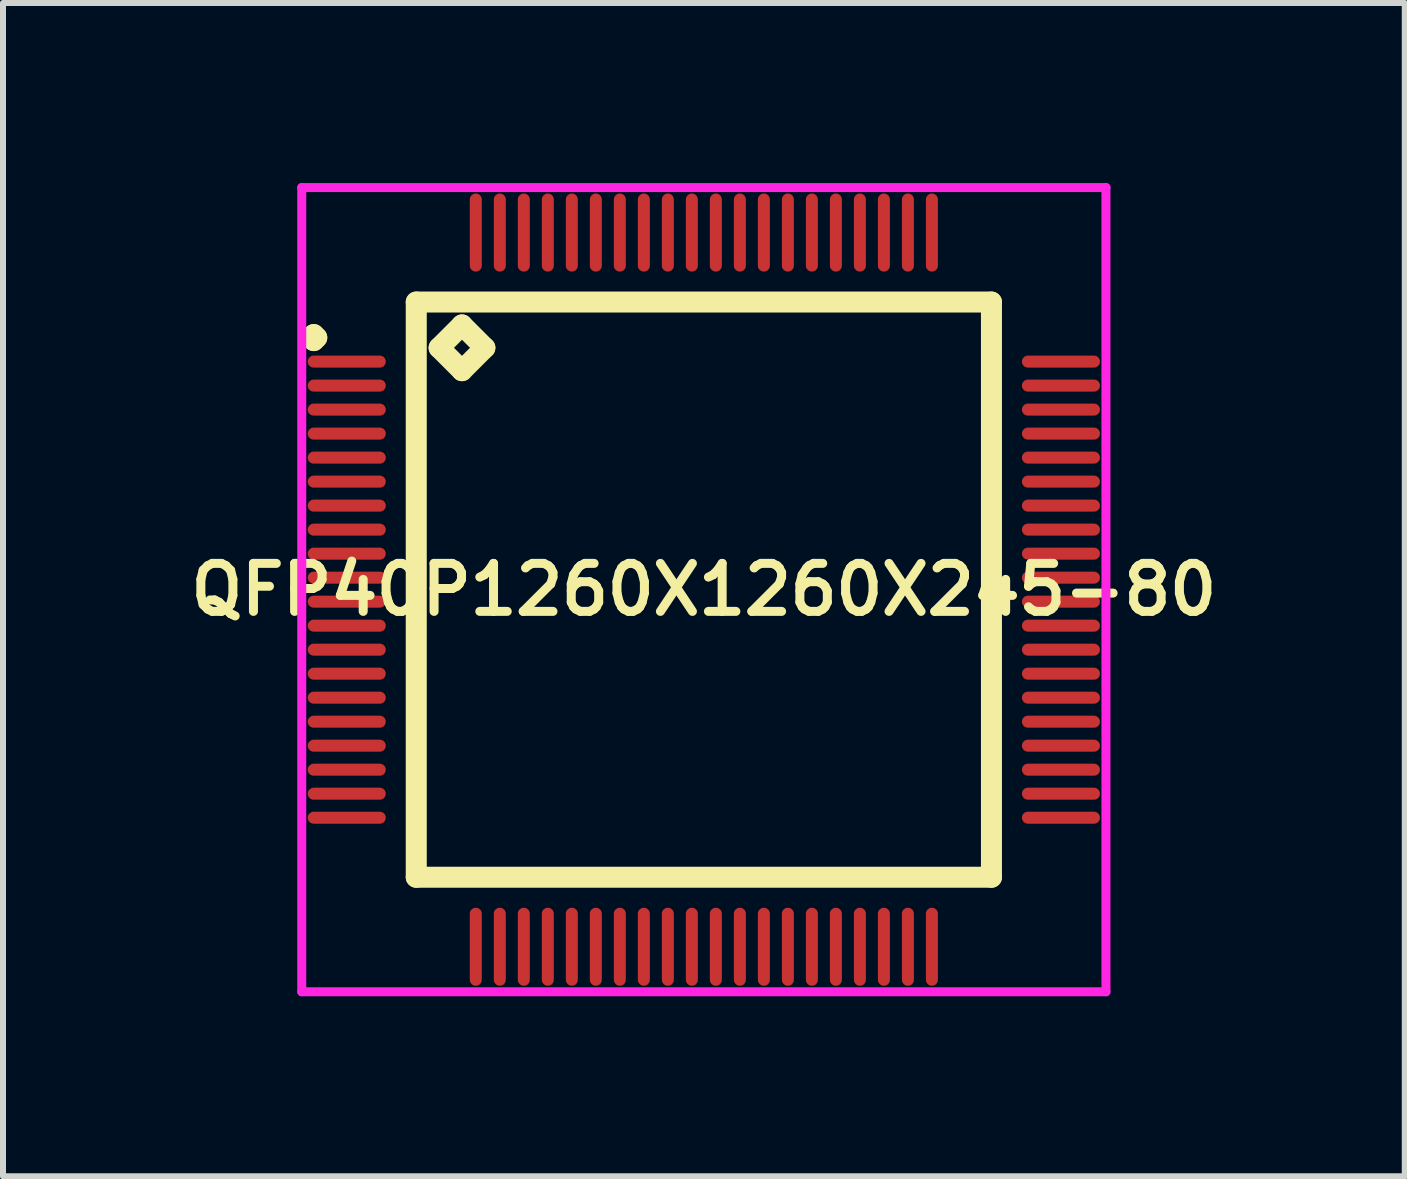
<source format=kicad_pcb>
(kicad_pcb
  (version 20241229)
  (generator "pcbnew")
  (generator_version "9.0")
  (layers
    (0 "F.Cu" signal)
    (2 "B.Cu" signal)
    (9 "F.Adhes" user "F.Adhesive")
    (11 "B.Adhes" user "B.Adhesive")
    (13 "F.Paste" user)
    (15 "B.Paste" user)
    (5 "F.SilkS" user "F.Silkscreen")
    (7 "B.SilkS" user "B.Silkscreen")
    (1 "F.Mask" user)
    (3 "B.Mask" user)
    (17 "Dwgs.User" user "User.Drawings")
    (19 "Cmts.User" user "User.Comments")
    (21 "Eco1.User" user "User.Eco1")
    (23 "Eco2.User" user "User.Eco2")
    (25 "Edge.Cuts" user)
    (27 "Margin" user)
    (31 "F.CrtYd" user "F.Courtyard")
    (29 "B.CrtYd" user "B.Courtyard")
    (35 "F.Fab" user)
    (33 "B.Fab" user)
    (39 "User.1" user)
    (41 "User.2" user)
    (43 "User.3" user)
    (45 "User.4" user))
  (footprint "QFP40P1260X1260X245-80"
    (layer "F.Cu")
    (at 8.678 6.775)
    (property "Reference" "QFP40P1260X1260X245-80" (at 0 0 0) (layer "F.SilkS") (effects (font (size 0.8 0.8) (thickness 0.15))))
    (attr smd)
    (fp_line (start -6.55 -4.2) (end -6.5 -4.25) (stroke (width 0.35) (type solid)) (layer "F.SilkS"))
    (fp_line (start -6.5 -4.25) (end -6.45 -4.2) (stroke (width 0.35) (type solid)) (layer "F.SilkS"))
    (fp_line (start -6.5 -4.15) (end -6.55 -4.2) (stroke (width 0.35) (type solid)) (layer "F.SilkS"))
    (fp_line (start -6.45 -4.2) (end -6.5 -4.15) (stroke (width 0.35) (type solid)) (layer "F.SilkS"))
    (fp_line (start -4.792 -4.792) (end -4.792 4.792) (stroke (width 0.35) (type solid)) (layer "F.SilkS"))
    (fp_line (start -4.792 4.792) (end 4.792 4.792) (stroke (width 0.35) (type solid)) (layer "F.SilkS"))
    (fp_line (start -4.411 -4.03) (end -4.03 -4.411) (stroke (width 0.35) (type solid)) (layer "F.SilkS"))
    (fp_line (start -4.03 -4.411) (end -3.649 -4.03) (stroke (width 0.35) (type solid)) (layer "F.SilkS"))
    (fp_line (start -4.03 -3.649) (end -4.411 -4.03) (stroke (width 0.35) (type solid)) (layer "F.SilkS"))
    (fp_line (start -3.649 -4.03) (end -4.03 -3.649) (stroke (width 0.35) (type solid)) (layer "F.SilkS"))
    (fp_line (start 4.792 -4.792) (end -4.792 -4.792) (stroke (width 0.35) (type solid)) (layer "F.SilkS"))
    (fp_line (start 4.792 4.792) (end 4.792 -4.792) (stroke (width 0.35) (type solid)) (layer "F.SilkS"))
    (fp_line (start -6.7 -6.7) (end 6.7 -6.7) (stroke (width 0.15) (type solid)) (layer "F.CrtYd"))
    (fp_line (start -6.7 6.7) (end -6.7 -6.7) (stroke (width 0.15) (type solid)) (layer "F.CrtYd"))
    (fp_line (start 6.7 -6.7) (end 6.7 6.7) (stroke (width 0.15) (type solid)) (layer "F.CrtYd"))
    (fp_line (start 6.7 6.7) (end -6.7 6.7) (stroke (width 0.15) (type solid)) (layer "F.CrtYd"))
    (pad "1" smd oval (at -5.95 -3.8) (size 1.3 0.2) (layers "F.Cu" "F.Mask" "F.Paste"))
    (pad "2" smd oval (at -5.95 -3.4) (size 1.3 0.2) (layers "F.Cu" "F.Mask" "F.Paste"))
    (pad "3" smd oval (at -5.95 -3) (size 1.3 0.2) (layers "F.Cu" "F.Mask" "F.Paste"))
    (pad "4" smd oval (at -5.95 -2.6) (size 1.3 0.2) (layers "F.Cu" "F.Mask" "F.Paste"))
    (pad "5" smd oval (at -5.95 -2.2) (size 1.3 0.2) (layers "F.Cu" "F.Mask" "F.Paste"))
    (pad "6" smd oval (at -5.95 -1.8) (size 1.3 0.2) (layers "F.Cu" "F.Mask" "F.Paste"))
    (pad "7" smd oval (at -5.95 -1.4) (size 1.3 0.2) (layers "F.Cu" "F.Mask" "F.Paste"))
    (pad "8" smd oval (at -5.95 -1) (size 1.3 0.2) (layers "F.Cu" "F.Mask" "F.Paste"))
    (pad "9" smd oval (at -5.95 -0.6) (size 1.3 0.2) (layers "F.Cu" "F.Mask" "F.Paste"))
    (pad "10" smd oval (at -5.95 -0.2) (size 1.3 0.2) (layers "F.Cu" "F.Mask" "F.Paste"))
    (pad "11" smd oval (at -5.95 0.2) (size 1.3 0.2) (layers "F.Cu" "F.Mask" "F.Paste"))
    (pad "12" smd oval (at -5.95 0.6) (size 1.3 0.2) (layers "F.Cu" "F.Mask" "F.Paste"))
    (pad "13" smd oval (at -5.95 1) (size 1.3 0.2) (layers "F.Cu" "F.Mask" "F.Paste"))
    (pad "14" smd oval (at -5.95 1.4) (size 1.3 0.2) (layers "F.Cu" "F.Mask" "F.Paste"))
    (pad "15" smd oval (at -5.95 1.8) (size 1.3 0.2) (layers "F.Cu" "F.Mask" "F.Paste"))
    (pad "16" smd oval (at -5.95 2.2) (size 1.3 0.2) (layers "F.Cu" "F.Mask" "F.Paste"))
    (pad "17" smd oval (at -5.95 2.6) (size 1.3 0.2) (layers "F.Cu" "F.Mask" "F.Paste"))
    (pad "18" smd oval (at -5.95 3) (size 1.3 0.2) (layers "F.Cu" "F.Mask" "F.Paste"))
    (pad "19" smd oval (at -5.95 3.4) (size 1.3 0.2) (layers "F.Cu" "F.Mask" "F.Paste"))
    (pad "20" smd oval (at -5.95 3.8) (size 1.3 0.2) (layers "F.Cu" "F.Mask" "F.Paste"))
    (pad "21" smd oval (at -3.8 5.95) (size 0.2 1.3) (layers "F.Cu" "F.Mask" "F.Paste"))
    (pad "22" smd oval (at -3.4 5.95) (size 0.2 1.3) (layers "F.Cu" "F.Mask" "F.Paste"))
    (pad "23" smd oval (at -3 5.95) (size 0.2 1.3) (layers "F.Cu" "F.Mask" "F.Paste"))
    (pad "24" smd oval (at -2.6 5.95) (size 0.2 1.3) (layers "F.Cu" "F.Mask" "F.Paste"))
    (pad "25" smd oval (at -2.2 5.95) (size 0.2 1.3) (layers "F.Cu" "F.Mask" "F.Paste"))
    (pad "26" smd oval (at -1.8 5.95) (size 0.2 1.3) (layers "F.Cu" "F.Mask" "F.Paste"))
    (pad "27" smd oval (at -1.4 5.95) (size 0.2 1.3) (layers "F.Cu" "F.Mask" "F.Paste"))
    (pad "28" smd oval (at -1 5.95) (size 0.2 1.3) (layers "F.Cu" "F.Mask" "F.Paste"))
    (pad "29" smd oval (at -0.6 5.95) (size 0.2 1.3) (layers "F.Cu" "F.Mask" "F.Paste"))
    (pad "30" smd oval (at -0.2 5.95) (size 0.2 1.3) (layers "F.Cu" "F.Mask" "F.Paste"))
    (pad "31" smd oval (at 0.2 5.95) (size 0.2 1.3) (layers "F.Cu" "F.Mask" "F.Paste"))
    (pad "32" smd oval (at 0.6 5.95) (size 0.2 1.3) (layers "F.Cu" "F.Mask" "F.Paste"))
    (pad "33" smd oval (at 1 5.95) (size 0.2 1.3) (layers "F.Cu" "F.Mask" "F.Paste"))
    (pad "34" smd oval (at 1.4 5.95) (size 0.2 1.3) (layers "F.Cu" "F.Mask" "F.Paste"))
    (pad "35" smd oval (at 1.8 5.95) (size 0.2 1.3) (layers "F.Cu" "F.Mask" "F.Paste"))
    (pad "36" smd oval (at 2.2 5.95) (size 0.2 1.3) (layers "F.Cu" "F.Mask" "F.Paste"))
    (pad "37" smd oval (at 2.6 5.95) (size 0.2 1.3) (layers "F.Cu" "F.Mask" "F.Paste"))
    (pad "38" smd oval (at 3 5.95) (size 0.2 1.3) (layers "F.Cu" "F.Mask" "F.Paste"))
    (pad "39" smd oval (at 3.4 5.95) (size 0.2 1.3) (layers "F.Cu" "F.Mask" "F.Paste"))
    (pad "40" smd oval (at 3.8 5.95) (size 0.2 1.3) (layers "F.Cu" "F.Mask" "F.Paste"))
    (pad "41" smd oval (at 5.95 3.8) (size 1.3 0.2) (layers "F.Cu" "F.Mask" "F.Paste"))
    (pad "42" smd oval (at 5.95 3.4) (size 1.3 0.2) (layers "F.Cu" "F.Mask" "F.Paste"))
    (pad "43" smd oval (at 5.95 3) (size 1.3 0.2) (layers "F.Cu" "F.Mask" "F.Paste"))
    (pad "44" smd oval (at 5.95 2.6) (size 1.3 0.2) (layers "F.Cu" "F.Mask" "F.Paste"))
    (pad "45" smd oval (at 5.95 2.2) (size 1.3 0.2) (layers "F.Cu" "F.Mask" "F.Paste"))
    (pad "46" smd oval (at 5.95 1.8) (size 1.3 0.2) (layers "F.Cu" "F.Mask" "F.Paste"))
    (pad "47" smd oval (at 5.95 1.4) (size 1.3 0.2) (layers "F.Cu" "F.Mask" "F.Paste"))
    (pad "48" smd oval (at 5.95 1) (size 1.3 0.2) (layers "F.Cu" "F.Mask" "F.Paste"))
    (pad "49" smd oval (at 5.95 0.6) (size 1.3 0.2) (layers "F.Cu" "F.Mask" "F.Paste"))
    (pad "50" smd oval (at 5.95 0.2) (size 1.3 0.2) (layers "F.Cu" "F.Mask" "F.Paste"))
    (pad "51" smd oval (at 5.95 -0.2) (size 1.3 0.2) (layers "F.Cu" "F.Mask" "F.Paste"))
    (pad "52" smd oval (at 5.95 -0.6) (size 1.3 0.2) (layers "F.Cu" "F.Mask" "F.Paste"))
    (pad "53" smd oval (at 5.95 -1) (size 1.3 0.2) (layers "F.Cu" "F.Mask" "F.Paste"))
    (pad "54" smd oval (at 5.95 -1.4) (size 1.3 0.2) (layers "F.Cu" "F.Mask" "F.Paste"))
    (pad "55" smd oval (at 5.95 -1.8) (size 1.3 0.2) (layers "F.Cu" "F.Mask" "F.Paste"))
    (pad "56" smd oval (at 5.95 -2.2) (size 1.3 0.2) (layers "F.Cu" "F.Mask" "F.Paste"))
    (pad "57" smd oval (at 5.95 -2.6) (size 1.3 0.2) (layers "F.Cu" "F.Mask" "F.Paste"))
    (pad "58" smd oval (at 5.95 -3) (size 1.3 0.2) (layers "F.Cu" "F.Mask" "F.Paste"))
    (pad "59" smd oval (at 5.95 -3.4) (size 1.3 0.2) (layers "F.Cu" "F.Mask" "F.Paste"))
    (pad "60" smd oval (at 5.95 -3.8) (size 1.3 0.2) (layers "F.Cu" "F.Mask" "F.Paste"))
    (pad "61" smd oval (at 3.8 -5.95) (size 0.2 1.3) (layers "F.Cu" "F.Mask" "F.Paste"))
    (pad "62" smd oval (at 3.4 -5.95) (size 0.2 1.3) (layers "F.Cu" "F.Mask" "F.Paste"))
    (pad "63" smd oval (at 3 -5.95) (size 0.2 1.3) (layers "F.Cu" "F.Mask" "F.Paste"))
    (pad "64" smd oval (at 2.6 -5.95) (size 0.2 1.3) (layers "F.Cu" "F.Mask" "F.Paste"))
    (pad "65" smd oval (at 2.2 -5.95) (size 0.2 1.3) (layers "F.Cu" "F.Mask" "F.Paste"))
    (pad "66" smd oval (at 1.8 -5.95) (size 0.2 1.3) (layers "F.Cu" "F.Mask" "F.Paste"))
    (pad "67" smd oval (at 1.4 -5.95) (size 0.2 1.3) (layers "F.Cu" "F.Mask" "F.Paste"))
    (pad "68" smd oval (at 1 -5.95) (size 0.2 1.3) (layers "F.Cu" "F.Mask" "F.Paste"))
    (pad "69" smd oval (at 0.6 -5.95) (size 0.2 1.3) (layers "F.Cu" "F.Mask" "F.Paste"))
    (pad "70" smd oval (at 0.2 -5.95) (size 0.2 1.3) (layers "F.Cu" "F.Mask" "F.Paste"))
    (pad "71" smd oval (at -0.2 -5.95) (size 0.2 1.3) (layers "F.Cu" "F.Mask" "F.Paste"))
    (pad "72" smd oval (at -0.6 -5.95) (size 0.2 1.3) (layers "F.Cu" "F.Mask" "F.Paste"))
    (pad "73" smd oval (at -1 -5.95) (size 0.2 1.3) (layers "F.Cu" "F.Mask" "F.Paste"))
    (pad "74" smd oval (at -1.4 -5.95) (size 0.2 1.3) (layers "F.Cu" "F.Mask" "F.Paste"))
    (pad "75" smd oval (at -1.8 -5.95) (size 0.2 1.3) (layers "F.Cu" "F.Mask" "F.Paste"))
    (pad "76" smd oval (at -2.2 -5.95) (size 0.2 1.3) (layers "F.Cu" "F.Mask" "F.Paste"))
    (pad "77" smd oval (at -2.6 -5.95) (size 0.2 1.3) (layers "F.Cu" "F.Mask" "F.Paste"))
    (pad "78" smd oval (at -3 -5.95) (size 0.2 1.3) (layers "F.Cu" "F.Mask" "F.Paste"))
    (pad "79" smd oval (at -3.4 -5.95) (size 0.2 1.3) (layers "F.Cu" "F.Mask" "F.Paste"))
    (pad "80" smd oval (at -3.8 -5.95) (size 0.2 1.3) (layers "F.Cu" "F.Mask" "F.Paste")))
  (gr_rect
    (start -3 -3)
    (end 20.357 16.55)
    (stroke (width 0.1) (type default))
    (fill no)
    (layer "Edge.Cuts")))
</source>
